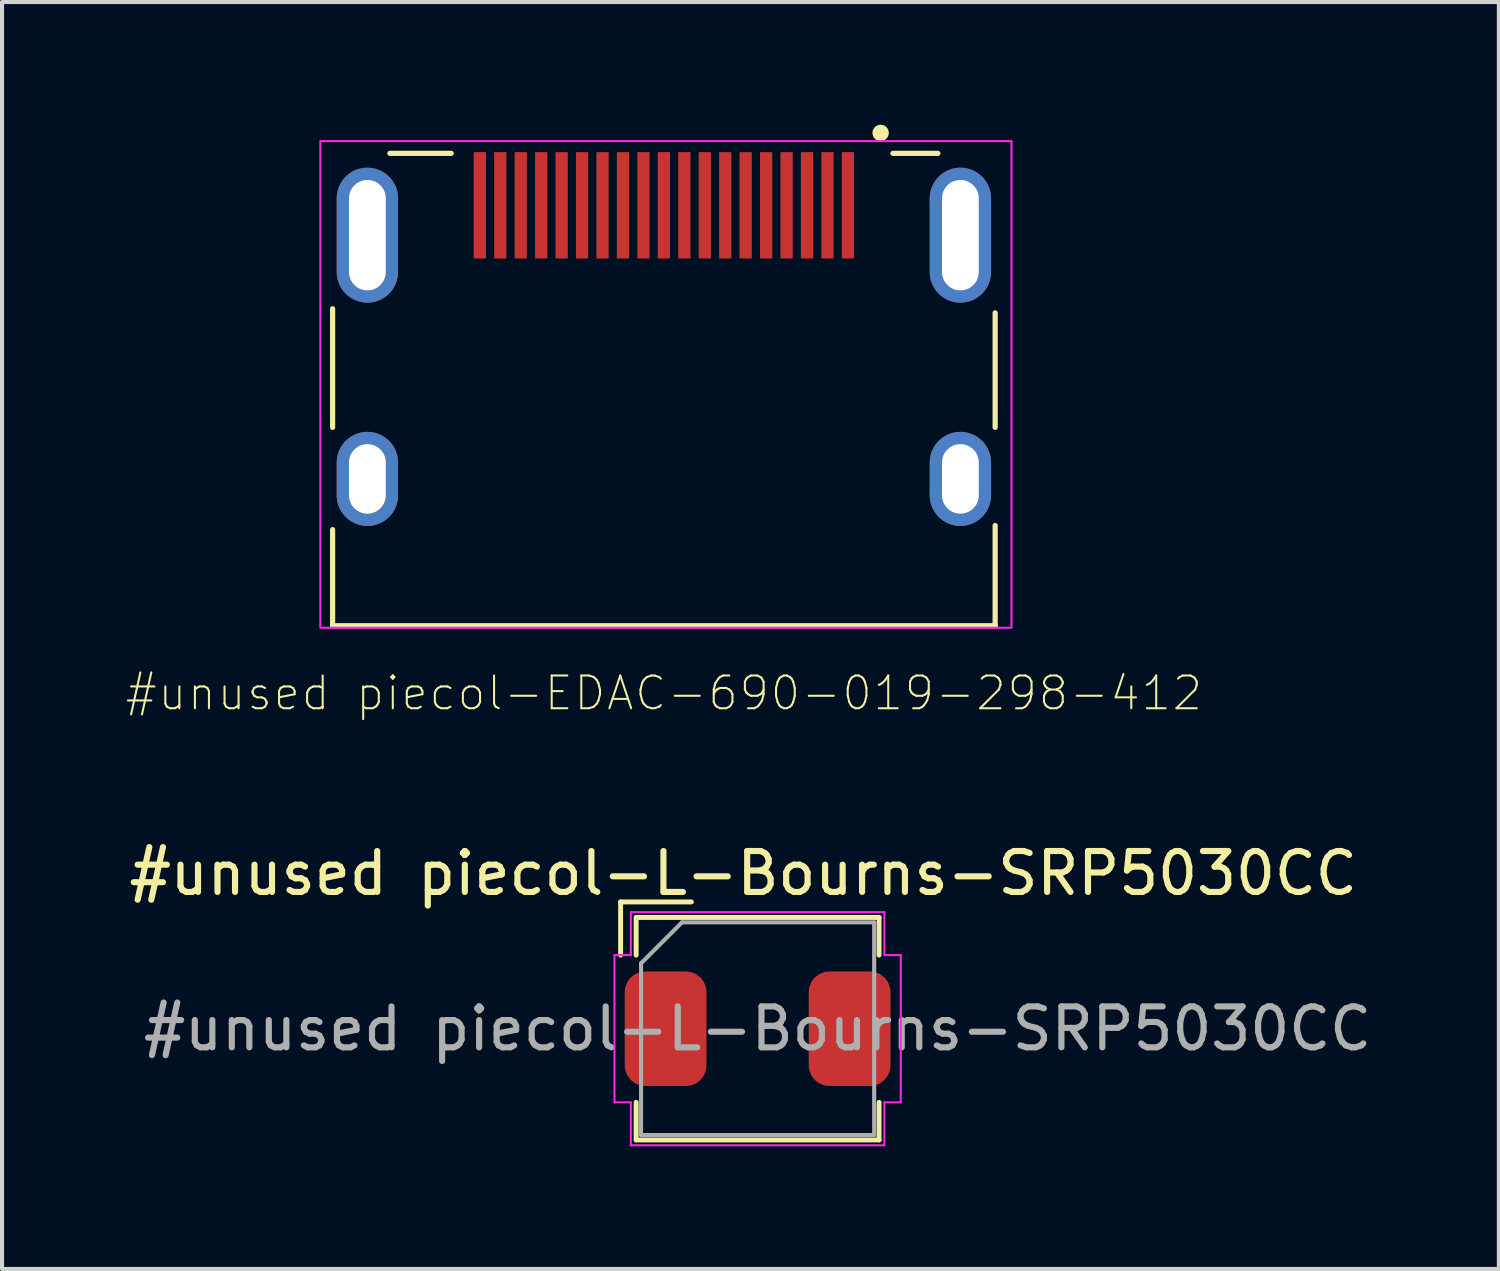
<source format=kicad_pcb>
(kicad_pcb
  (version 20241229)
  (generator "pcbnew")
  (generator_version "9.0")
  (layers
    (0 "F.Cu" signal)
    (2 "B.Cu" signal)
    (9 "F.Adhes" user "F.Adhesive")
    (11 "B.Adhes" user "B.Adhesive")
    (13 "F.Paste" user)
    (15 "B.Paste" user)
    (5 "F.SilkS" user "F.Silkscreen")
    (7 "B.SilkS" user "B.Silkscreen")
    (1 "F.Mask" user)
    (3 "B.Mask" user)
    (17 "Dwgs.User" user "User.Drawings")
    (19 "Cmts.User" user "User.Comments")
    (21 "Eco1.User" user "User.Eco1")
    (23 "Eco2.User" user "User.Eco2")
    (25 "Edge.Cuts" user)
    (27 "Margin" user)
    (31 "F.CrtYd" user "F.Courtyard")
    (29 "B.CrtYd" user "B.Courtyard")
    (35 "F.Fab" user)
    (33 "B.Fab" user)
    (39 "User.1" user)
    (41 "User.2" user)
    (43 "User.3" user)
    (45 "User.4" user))
  (footprint "#unused piecol-EDAC-690-019-298-412"
    (layer "F.Cu")
    (at 13.183 2.7)
    (property "Reference" "#unused piecol-EDAC-690-019-298-412" (at 0 11.2 0) (layer "F.SilkS") (effects (font (size 0.8 0.8) (thickness 0.05))))
    (attr through_hole)
    (fp_line (start -8.1 4.7) (end -8.1 1.8) (stroke (width 0.127) (type solid)) (layer "F.SilkS"))
    (fp_line (start -8.1 9.55) (end -8.1 7.2) (stroke (width 0.127) (type solid)) (layer "F.SilkS"))
    (fp_line (start -8.1 9.55) (end 8.1 9.55) (stroke (width 0.127) (type solid)) (layer "F.SilkS"))
    (fp_line (start -6.7 -2) (end -5.2 -2) (stroke (width 0.127) (type solid)) (layer "F.SilkS"))
    (fp_line (start 5.6 -2) (end 6.7 -2) (stroke (width 0.127) (type solid)) (layer "F.SilkS"))
    (fp_line (start 8.1 1.9) (end 8.1 4.7) (stroke (width 0.127) (type solid)) (layer "F.SilkS"))
    (fp_line (start 8.1 7.1) (end 8.1 9.55) (stroke (width 0.127) (type solid)) (layer "F.SilkS"))
    (fp_circle (center 5.3 -2.5) (end 5.4 -2.5) (stroke (width 0.2) (type solid)) (fill no) (layer "F.SilkS"))
    (fp_line (start -8.35 -2.2) (end 8.4 -2.2) (stroke (width 0.05) (type solid)) (layer "Eco1.User"))
    (fp_line (start -8.35 8.5) (end -8.35 -2.2) (stroke (width 0.05) (type solid)) (layer "Eco1.User"))
    (fp_line (start -8.35 9.5) (end -8.35 8.5) (stroke (width 0.05) (type solid)) (layer "Eco1.User"))
    (fp_line (start 8.4 -2.2) (end 8.4 9.5) (stroke (width 0.05) (type solid)) (layer "Eco1.User"))
    (fp_line (start 8.4 9.5) (end -8.35 9.5) (stroke (width 0.05) (type solid)) (layer "Eco1.User"))
    (fp_line (start -8.1 -2) (end 8.1 -2) (stroke (width 0.127) (type solid)) (layer "Eco2.User"))
    (fp_line (start -8.1 8.5) (end -8.1 -2) (stroke (width 0.127) (type solid)) (layer "Eco2.User"))
    (fp_line (start -8.1 10.55) (end -8.1 8.5) (stroke (width 0.127) (type solid)) (layer "Eco2.User"))
    (fp_line (start 8.1 -2) (end 8.1 8.5) (stroke (width 0.127) (type solid)) (layer "Eco2.User"))
    (fp_line (start 8.1 8.5) (end 8.1 10.55) (stroke (width 0.127) (type solid)) (layer "Eco2.User"))
    (fp_line (start 8.1 10.55) (end -8.1 10.55) (stroke (width 0.127) (type solid)) (layer "Eco2.User"))
    (fp_rect (start -8.4 -2.3) (end 8.5 9.6) (stroke (width 0.05) (type default)) (fill no) (layer "F.CrtYd"))
    (pad "1" smd rect (at 4.5 -0.73 90) (size 2.6 0.3) (layers "F.Cu" "F.Mask" "F.Paste"))
    (pad "2" smd rect (at 4 -0.73 90) (size 2.6 0.3) (layers "F.Cu" "F.Mask" "F.Paste"))
    (pad "3" smd rect (at 3.5 -0.73 90) (size 2.6 0.3) (layers "F.Cu" "F.Mask" "F.Paste"))
    (pad "4" smd rect (at 3 -0.73 90) (size 2.6 0.3) (layers "F.Cu" "F.Mask" "F.Paste"))
    (pad "5" smd rect (at 2.5 -0.73 90) (size 2.6 0.3) (layers "F.Cu" "F.Mask" "F.Paste"))
    (pad "6" smd rect (at 2 -0.73 90) (size 2.6 0.3) (layers "F.Cu" "F.Mask" "F.Paste"))
    (pad "7" smd rect (at 1.5 -0.73 90) (size 2.6 0.3) (layers "F.Cu" "F.Mask" "F.Paste"))
    (pad "8" smd rect (at 1 -0.73 90) (size 2.6 0.3) (layers "F.Cu" "F.Mask" "F.Paste"))
    (pad "9" smd rect (at 0.5 -0.73 90) (size 2.6 0.3) (layers "F.Cu" "F.Mask" "F.Paste"))
    (pad "10" smd rect (at 0 -0.73 90) (size 2.6 0.3) (layers "F.Cu" "F.Mask" "F.Paste"))
    (pad "11" smd rect (at -0.5 -0.73 90) (size 2.6 0.3) (layers "F.Cu" "F.Mask" "F.Paste"))
    (pad "12" smd rect (at -1 -0.73 90) (size 2.6 0.3) (layers "F.Cu" "F.Mask" "F.Paste"))
    (pad "13" smd rect (at -1.5 -0.73 90) (size 2.6 0.3) (layers "F.Cu" "F.Mask" "F.Paste"))
    (pad "14" smd rect (at -2 -0.73 90) (size 2.6 0.3) (layers "F.Cu" "F.Mask" "F.Paste"))
    (pad "15" smd rect (at -2.5 -0.73 90) (size 2.6 0.3) (layers "F.Cu" "F.Mask" "F.Paste"))
    (pad "16" smd rect (at -3 -0.73 90) (size 2.6 0.3) (layers "F.Cu" "F.Mask" "F.Paste"))
    (pad "17" smd rect (at -3.5 -0.73 90) (size 2.6 0.3) (layers "F.Cu" "F.Mask" "F.Paste"))
    (pad "18" smd rect (at -4 -0.73 90) (size 2.6 0.3) (layers "F.Cu" "F.Mask" "F.Paste"))
    (pad "19" smd rect (at -4.5 -0.73 90) (size 2.6 0.3) (layers "F.Cu" "F.Mask" "F.Paste"))
    (pad "SH1" thru_hole oval (at 7.25 0) (size 1.5 3.3) (drill oval 0.9 2.7) (layers "*.Cu" "*.Mask"))
    (pad "SH2" thru_hole oval (at -7.25 0) (size 1.5 3.3) (drill oval 0.9 2.7) (layers "*.Cu" "*.Mask"))
    (pad "SH3" thru_hole oval (at -7.25 5.96) (size 1.5 2.3) (drill oval 0.9 1.7) (layers "*.Cu" "*.Mask"))
    (pad "SH4" thru_hole oval (at 7.25 5.96) (size 1.5 2.3) (drill oval 0.9 1.7) (layers "*.Cu" "*.Mask")))
  (footprint "#unused piecol-L-Bourns-SRP5030CC"
    (layer "F.Cu")
    (at 15.475 22.104)
    (property "Reference" "#unused piecol-L-Bourns-SRP5030CC" (at -0.35 -3.8 0) (layer "F.SilkS") (effects (font (size 1 1) (thickness 0.15))))
    (attr smd)
    (fp_line (start -3.35 -3.1) (end -1.62 -3.1) (stroke (width 0.12) (type solid)) (layer "F.SilkS"))
    (fp_line (start -3.35 -1.8) (end -3.35 -3.1) (stroke (width 0.12) (type solid)) (layer "F.SilkS"))
    (fp_line (start -2.97 -2.72) (end -2.97 -1.8) (stroke (width 0.12) (type solid)) (layer "F.SilkS"))
    (fp_line (start -2.97 -2.72) (end 2.97 -2.72) (stroke (width 0.12) (type solid)) (layer "F.SilkS"))
    (fp_line (start -2.97 1.8) (end -2.97 2.72) (stroke (width 0.12) (type solid)) (layer "F.SilkS"))
    (fp_line (start -2.97 2.72) (end 2.97 2.72) (stroke (width 0.12) (type solid)) (layer "F.SilkS"))
    (fp_line (start 2.97 -2.72) (end 2.97 -1.8) (stroke (width 0.12) (type solid)) (layer "F.SilkS"))
    (fp_line (start 2.97 1.8) (end 2.97 2.72) (stroke (width 0.12) (type solid)) (layer "F.SilkS"))
    (fp_line (start -3.5 -1.8) (end -3.1 -1.8) (stroke (width 0.05) (type default)) (layer "F.CrtYd"))
    (fp_line (start -3.5 1.8) (end -3.5 -1.8) (stroke (width 0.05) (type default)) (layer "F.CrtYd"))
    (fp_line (start -3.1 -2.85) (end -3.1 -1.8) (stroke (width 0.05) (type solid)) (layer "F.CrtYd"))
    (fp_line (start -3.1 -2.85) (end 3.1 -2.85) (stroke (width 0.05) (type solid)) (layer "F.CrtYd"))
    (fp_line (start -3.1 1.8) (end -3.5 1.8) (stroke (width 0.05) (type default)) (layer "F.CrtYd"))
    (fp_line (start -3.1 1.8) (end -3.1 2.85) (stroke (width 0.05) (type solid)) (layer "F.CrtYd"))
    (fp_line (start -3.1 2.85) (end 3.1 2.85) (stroke (width 0.05) (type solid)) (layer "F.CrtYd"))
    (fp_line (start 3.1 -2.85) (end 3.1 -1.8) (stroke (width 0.05) (type solid)) (layer "F.CrtYd"))
    (fp_line (start 3.1 -1.8) (end 3.5 -1.8) (stroke (width 0.05) (type default)) (layer "F.CrtYd"))
    (fp_line (start 3.1 1.8) (end 3.1 2.85) (stroke (width 0.05) (type solid)) (layer "F.CrtYd"))
    (fp_line (start 3.5 -1.8) (end 3.5 1.8) (stroke (width 0.05) (type default)) (layer "F.CrtYd"))
    (fp_line (start 3.5 1.8) (end 3.1 1.8) (stroke (width 0.05) (type default)) (layer "F.CrtYd"))
    (fp_line (start -2.85 -1.6) (end -1.85 -2.6) (stroke (width 0.1) (type solid)) (layer "F.Fab"))
    (fp_line (start -2.85 2.6) (end -2.85 -1.6) (stroke (width 0.1) (type solid)) (layer "F.Fab"))
    (fp_line (start -1.85 -2.6) (end 2.85 -2.6) (stroke (width 0.1) (type solid)) (layer "F.Fab"))
    (fp_line (start 2.85 -2.6) (end 2.85 2.6) (stroke (width 0.1) (type solid)) (layer "F.Fab"))
    (fp_line (start 2.85 2.6) (end -2.85 2.6) (stroke (width 0.1) (type solid)) (layer "F.Fab"))
    (fp_text user "${REFERENCE}" (at 0 0 0) (layer "F.Fab") (effects (font (size 1 1) (thickness 0.15))))
    (pad "1" smd roundrect (at -2.25 0) (size 2 2.8) (layers "F.Cu" "F.Mask" "F.Paste") (roundrect_rratio 0.25))
    (pad "2" smd roundrect (at 2.25 0) (size 2 2.8) (layers "F.Cu" "F.Mask" "F.Paste") (roundrect_rratio 0.25)))
  (gr_rect
    (start -3 -3)
    (end 33.6 27.979)
    (stroke (width 0.1) (type default))
    (fill no)
    (layer "Edge.Cuts")))
</source>
